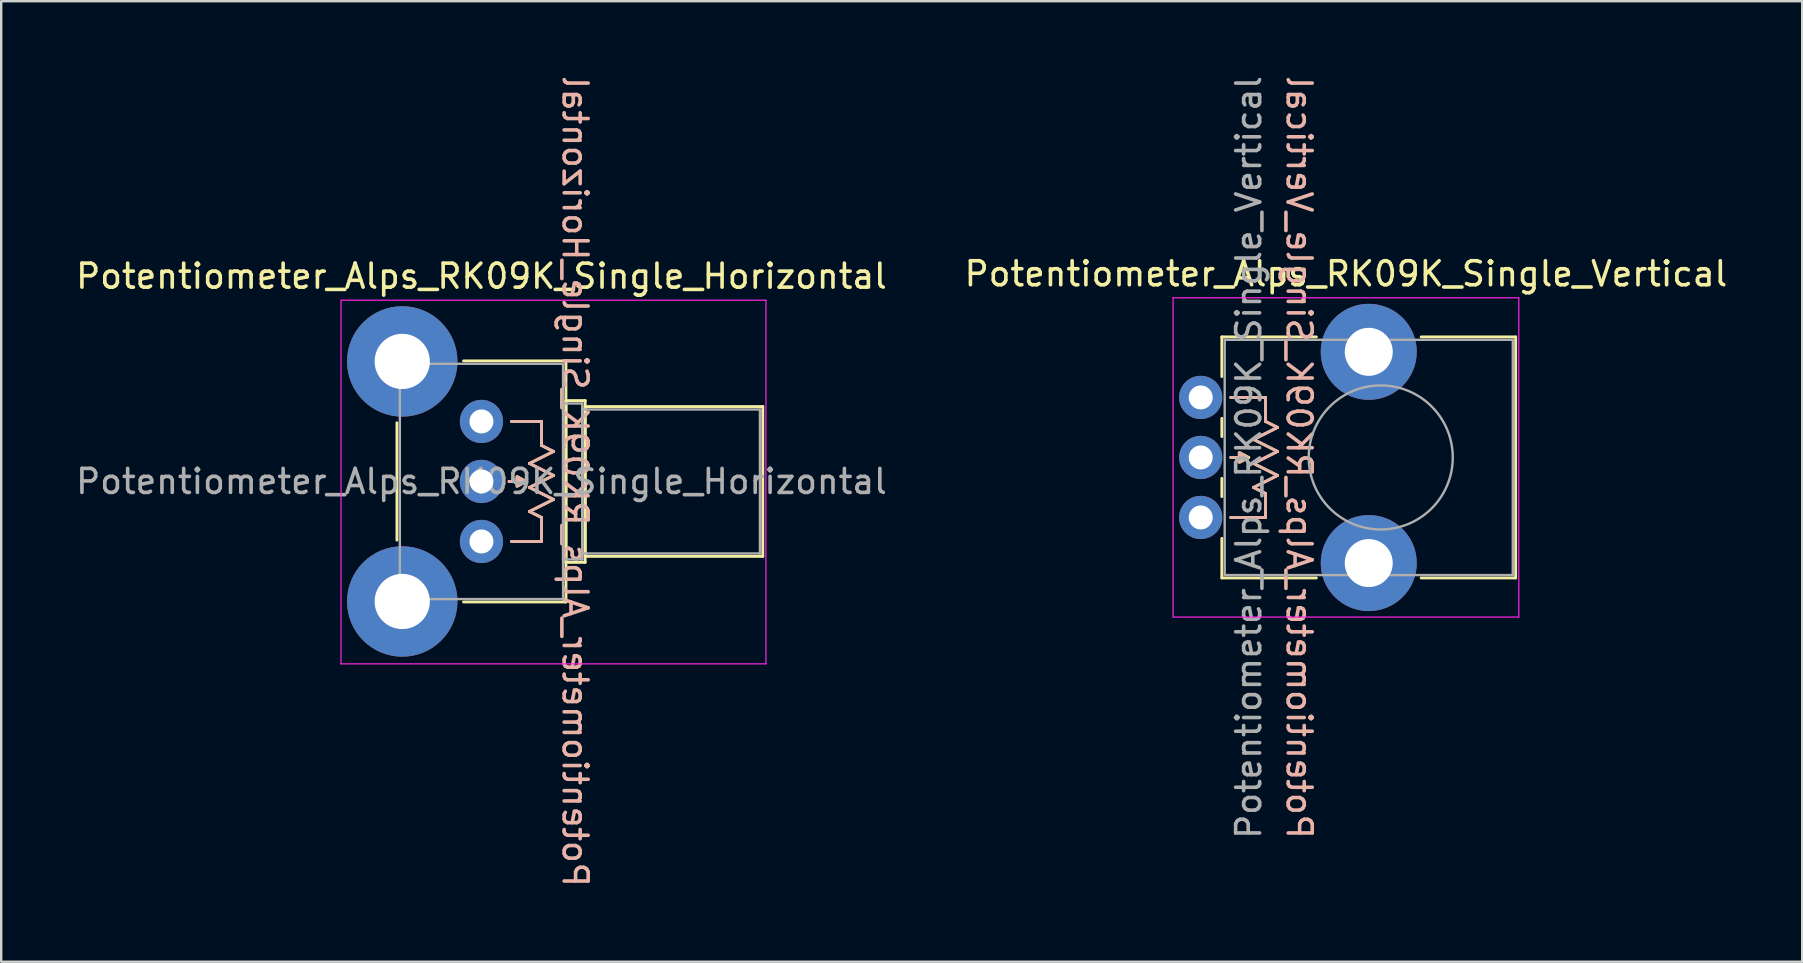
<source format=kicad_pcb>
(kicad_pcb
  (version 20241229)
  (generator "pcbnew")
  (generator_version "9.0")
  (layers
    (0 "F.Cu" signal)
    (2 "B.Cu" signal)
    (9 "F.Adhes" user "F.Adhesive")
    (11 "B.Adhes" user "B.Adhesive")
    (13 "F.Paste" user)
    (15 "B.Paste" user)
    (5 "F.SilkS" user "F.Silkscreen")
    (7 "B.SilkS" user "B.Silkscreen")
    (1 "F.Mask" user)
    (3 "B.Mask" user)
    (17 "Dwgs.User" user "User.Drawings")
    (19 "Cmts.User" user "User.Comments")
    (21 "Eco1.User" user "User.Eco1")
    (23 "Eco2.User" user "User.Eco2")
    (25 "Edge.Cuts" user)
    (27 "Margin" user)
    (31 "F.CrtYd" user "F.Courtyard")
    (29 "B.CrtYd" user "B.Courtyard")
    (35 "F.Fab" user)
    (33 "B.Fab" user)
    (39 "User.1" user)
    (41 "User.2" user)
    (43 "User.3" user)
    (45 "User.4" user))
  (footprint "Potentiometer_Alps_RK09K_Single_Vertical"
    (layer "F.Cu")
    (at 46.968 18.506)
    (property "Reference" "Potentiometer_Alps_RK09K_Single_Vertical" (at 6.05 -10.15 0) (layer "F.SilkS") (effects (font (size 1 1) (thickness 0.15))))
    (attr through_hole)
    (fp_line (start 0.88 -7.521) (end 0.88 -5.871) (stroke (width 0.12) (type solid)) (layer "F.SilkS"))
    (fp_line (start 0.88 -7.521) (end 4.817 -7.521) (stroke (width 0.12) (type solid)) (layer "F.SilkS"))
    (fp_line (start 0.88 -4.129) (end 0.88 -3.37) (stroke (width 0.12) (type solid)) (layer "F.SilkS"))
    (fp_line (start 0.88 -1.629) (end 0.88 -0.87) (stroke (width 0.12) (type solid)) (layer "F.SilkS"))
    (fp_line (start 0.88 0.87) (end 0.88 2.52) (stroke (width 0.12) (type solid)) (layer "F.SilkS"))
    (fp_line (start 0.88 2.52) (end 4.817 2.52) (stroke (width 0.12) (type solid)) (layer "F.SilkS"))
    (fp_line (start 2 -2.5) (end 1.25 -2.5) (stroke (width 0.12) (type solid)) (layer "F.SilkS"))
    (fp_line (start 2.2 -3.25) (end 3.2 -3.75) (stroke (width 0.12) (type solid)) (layer "F.SilkS"))
    (fp_line (start 2.2 -2.25) (end 3.2 -2.75) (stroke (width 0.12) (type solid)) (layer "F.SilkS"))
    (fp_line (start 2.2 -1.25) (end 3.2 -1.75) (stroke (width 0.12) (type solid)) (layer "F.SilkS"))
    (fp_line (start 2.7 -5) (end 1.25 -5) (stroke (width 0.12) (type solid)) (layer "F.SilkS"))
    (fp_line (start 2.7 -4) (end 2.7 -5) (stroke (width 0.12) (type solid)) (layer "F.SilkS"))
    (fp_line (start 2.7 -1) (end 2.2 -1.25) (stroke (width 0.12) (type solid)) (layer "F.SilkS"))
    (fp_line (start 2.7 -1) (end 2.7 0) (stroke (width 0.12) (type solid)) (layer "F.SilkS"))
    (fp_line (start 2.7 0) (end 1.25 0) (stroke (width 0.12) (type solid)) (layer "F.SilkS"))
    (fp_line (start 3.2 -3.75) (end 2.7 -4) (stroke (width 0.12) (type solid)) (layer "F.SilkS"))
    (fp_line (start 3.2 -2.75) (end 2.2 -3.25) (stroke (width 0.12) (type solid)) (layer "F.SilkS"))
    (fp_line (start 3.2 -1.75) (end 2.2 -2.25) (stroke (width 0.12) (type solid)) (layer "F.SilkS"))
    (fp_line (start 9.184 -7.521) (end 13.12 -7.521) (stroke (width 0.12) (type solid)) (layer "F.SilkS"))
    (fp_line (start 9.184 2.52) (end 13.12 2.52) (stroke (width 0.12) (type solid)) (layer "F.SilkS"))
    (fp_line (start 13.12 -7.521) (end 13.12 2.52) (stroke (width 0.12) (type solid)) (layer "F.SilkS"))
    (fp_poly (pts (xy 2 -2.5) (xy 1.625 -2.3) (xy 1.625 -2.7)) (stroke (width 0.12) (type solid)) (fill yes) (layer "F.SilkS"))
    (fp_line (start 1.25 -5) (end 2.7 -5) (stroke (width 0.12) (type solid)) (layer "B.SilkS"))
    (fp_line (start 1.25 -2.5) (end 1.95 -2.5) (stroke (width 0.12) (type solid)) (layer "B.SilkS"))
    (fp_line (start 2.2 -3.25) (end 3.2 -2.75) (stroke (width 0.12) (type solid)) (layer "B.SilkS"))
    (fp_line (start 2.2 -2.25) (end 3.2 -1.75) (stroke (width 0.12) (type solid)) (layer "B.SilkS"))
    (fp_line (start 2.2 -1.25) (end 2.7 -1) (stroke (width 0.12) (type solid)) (layer "B.SilkS"))
    (fp_line (start 2.7 -5) (end 2.7 -4) (stroke (width 0.12) (type solid)) (layer "B.SilkS"))
    (fp_line (start 2.7 -4) (end 3.2 -3.75) (stroke (width 0.12) (type solid)) (layer "B.SilkS"))
    (fp_line (start 2.7 -1) (end 2.7 0) (stroke (width 0.12) (type solid)) (layer "B.SilkS"))
    (fp_line (start 2.7 0) (end 1.25 0) (stroke (width 0.12) (type solid)) (layer "B.SilkS"))
    (fp_line (start 3.2 -3.75) (end 2.2 -3.25) (stroke (width 0.12) (type solid)) (layer "B.SilkS"))
    (fp_line (start 3.2 -2.75) (end 2.2 -2.25) (stroke (width 0.12) (type solid)) (layer "B.SilkS"))
    (fp_line (start 3.2 -1.75) (end 2.2 -1.25) (stroke (width 0.12) (type solid)) (layer "B.SilkS"))
    (fp_poly (pts (xy 1.95 -2.5) (xy 1.6 -2.3) (xy 1.6 -2.7)) (stroke (width 0.12) (type solid)) (fill yes) (layer "B.SilkS"))
    (fp_line (start -1.15 -9.15) (end -1.15 4.15) (stroke (width 0.05) (type solid)) (layer "F.CrtYd"))
    (fp_line (start -1.15 4.15) (end 13.25 4.15) (stroke (width 0.05) (type solid)) (layer "F.CrtYd"))
    (fp_line (start 13.25 -9.15) (end -1.15 -9.15) (stroke (width 0.05) (type solid)) (layer "F.CrtYd"))
    (fp_line (start 13.25 4.15) (end 13.25 -9.15) (stroke (width 0.05) (type solid)) (layer "F.CrtYd"))
    (fp_line (start 1 -7.4) (end 1 2.4) (stroke (width 0.1) (type solid)) (layer "F.Fab"))
    (fp_line (start 1 2.4) (end 13 2.4) (stroke (width 0.1) (type solid)) (layer "F.Fab"))
    (fp_line (start 13 -7.4) (end 1 -7.4) (stroke (width 0.1) (type solid)) (layer "F.Fab"))
    (fp_line (start 13 2.4) (end 13 -7.4) (stroke (width 0.1) (type solid)) (layer "F.Fab"))
    (fp_circle (center 7.5 -2.5) (end 10.5 -2.5) (stroke (width 0.1) (type solid)) (fill no) (layer "F.Fab"))
    (fp_text user "${REFERENCE}" (at 4.1 -2.5 270) (unlocked yes) (layer "B.SilkS") (effects (font (size 1 1) (thickness 0.15)) (justify mirror)))
    (fp_text user "${REFERENCE}" (at 2 -2.5 90) (layer "F.Fab") (effects (font (size 1 1) (thickness 0.15))))
    (pad "" np_thru_hole circle (at 7 -6.9) (size 4 4) (drill 2) (layers "*.Cu" "*.Mask"))
    (pad "" np_thru_hole circle (at 7 1.9) (size 4 4) (drill 2) (layers "*.Cu" "*.Mask"))
    (pad "1" thru_hole circle (at 0 0) (size 1.8 1.8) (drill 1) (layers "*.Cu" "*.Mask"))
    (pad "2" thru_hole circle (at 0 -2.5) (size 1.8 1.8) (drill 1) (layers "*.Cu" "*.Mask"))
    (pad "3" thru_hole circle (at 0 -5) (size 1.8 1.8) (drill 1) (layers "*.Cu" "*.Mask")))
  (footprint "Potentiometer_Alps_RK09K_Single_Horizontal"
    (layer "F.Cu")
    (at 17.006 19.506)
    (property "Reference" "Potentiometer_Alps_RK09K_Single_Horizontal" (at 0 -11.05 0) (layer "F.SilkS") (effects (font (size 1 1) (thickness 0.15))))
    (attr through_hole)
    (fp_line (start -3.52 -4.944) (end -3.52 -0.055) (stroke (width 0.12) (type solid)) (layer "F.SilkS"))
    (fp_line (start -0.745 -7.521) (end 3.52 -7.521) (stroke (width 0.12) (type solid)) (layer "F.SilkS"))
    (fp_line (start -0.745 2.52) (end 3.52 2.52) (stroke (width 0.12) (type solid)) (layer "F.SilkS"))
    (fp_line (start 1.85 -2.5) (end 1.15 -2.5) (stroke (width 0.12) (type solid)) (layer "F.SilkS"))
    (fp_line (start 2 -3.25) (end 3 -3.75) (stroke (width 0.12) (type solid)) (layer "F.SilkS"))
    (fp_line (start 2 -2.25) (end 3 -2.75) (stroke (width 0.12) (type solid)) (layer "F.SilkS"))
    (fp_line (start 2 -1.25) (end 3 -1.75) (stroke (width 0.12) (type solid)) (layer "F.SilkS"))
    (fp_line (start 2.5 -5) (end 1.25 -5) (stroke (width 0.12) (type solid)) (layer "F.SilkS"))
    (fp_line (start 2.5 -4) (end 2.5 -5) (stroke (width 0.12) (type solid)) (layer "F.SilkS"))
    (fp_line (start 2.5 -1) (end 2 -1.25) (stroke (width 0.12) (type solid)) (layer "F.SilkS"))
    (fp_line (start 2.5 -1) (end 2.5 0) (stroke (width 0.12) (type solid)) (layer "F.SilkS"))
    (fp_line (start 2.5 0) (end 1.25 0) (stroke (width 0.12) (type solid)) (layer "F.SilkS"))
    (fp_line (start 3 -3.75) (end 2.5 -4) (stroke (width 0.12) (type solid)) (layer "F.SilkS"))
    (fp_line (start 3 -2.75) (end 2 -3.25) (stroke (width 0.12) (type solid)) (layer "F.SilkS"))
    (fp_line (start 3 -1.75) (end 2 -2.25) (stroke (width 0.12) (type solid)) (layer "F.SilkS"))
    (fp_line (start 3.52 -7.521) (end 3.52 2.52) (stroke (width 0.12) (type solid)) (layer "F.SilkS"))
    (fp_line (start 3.52 -5.87) (end 3.52 0.87) (stroke (width 0.12) (type solid)) (layer "F.SilkS"))
    (fp_line (start 3.52 -5.87) (end 4.32 -5.87) (stroke (width 0.12) (type solid)) (layer "F.SilkS"))
    (fp_line (start 3.52 0.87) (end 4.32 0.87) (stroke (width 0.12) (type solid)) (layer "F.SilkS"))
    (fp_line (start 4.32 -5.87) (end 4.32 0.87) (stroke (width 0.12) (type solid)) (layer "F.SilkS"))
    (fp_line (start 4.32 -5.62) (end 4.32 0.62) (stroke (width 0.12) (type solid)) (layer "F.SilkS"))
    (fp_line (start 4.32 -5.62) (end 11.72 -5.62) (stroke (width 0.12) (type solid)) (layer "F.SilkS"))
    (fp_line (start 4.32 0.62) (end 11.72 0.62) (stroke (width 0.12) (type solid)) (layer "F.SilkS"))
    (fp_line (start 11.72 -5.62) (end 11.72 0.62) (stroke (width 0.12) (type solid)) (layer "F.SilkS"))
    (fp_poly (pts (xy 1.85 -2.5) (xy 1.475 -2.3) (xy 1.475 -2.7)) (stroke (width 0.12) (type solid)) (fill yes) (layer "F.SilkS"))
    (fp_line (start 1.15 -2.5) (end 1.85 -2.5) (stroke (width 0.12) (type solid)) (layer "B.SilkS"))
    (fp_line (start 1.25 -5) (end 2.5 -5) (stroke (width 0.12) (type solid)) (layer "B.SilkS"))
    (fp_line (start 2 -3.25) (end 3 -2.75) (stroke (width 0.12) (type solid)) (layer "B.SilkS"))
    (fp_line (start 2 -2.25) (end 3 -1.75) (stroke (width 0.12) (type solid)) (layer "B.SilkS"))
    (fp_line (start 2 -1.25) (end 2.5 -1) (stroke (width 0.12) (type solid)) (layer "B.SilkS"))
    (fp_line (start 2.5 -5) (end 2.5 -4) (stroke (width 0.12) (type solid)) (layer "B.SilkS"))
    (fp_line (start 2.5 -4) (end 3 -3.75) (stroke (width 0.12) (type solid)) (layer "B.SilkS"))
    (fp_line (start 2.5 -1) (end 2.5 0) (stroke (width 0.12) (type solid)) (layer "B.SilkS"))
    (fp_line (start 2.5 0) (end 1.25 0) (stroke (width 0.12) (type solid)) (layer "B.SilkS"))
    (fp_line (start 3 -3.75) (end 2 -3.25) (stroke (width 0.12) (type solid)) (layer "B.SilkS"))
    (fp_line (start 3 -2.75) (end 2 -2.25) (stroke (width 0.12) (type solid)) (layer "B.SilkS"))
    (fp_line (start 3 -1.75) (end 2 -1.25) (stroke (width 0.12) (type solid)) (layer "B.SilkS"))
    (fp_poly (pts (xy 1.85 -2.5) (xy 1.5 -2.3) (xy 1.5 -2.7)) (stroke (width 0.12) (type solid)) (fill yes) (layer "B.SilkS"))
    (fp_line (start -5.85 -10.05) (end -5.85 5.1) (stroke (width 0.05) (type solid)) (layer "F.CrtYd"))
    (fp_line (start -5.85 5.1) (end 11.85 5.1) (stroke (width 0.05) (type solid)) (layer "F.CrtYd"))
    (fp_line (start 11.85 -10.05) (end -5.85 -10.05) (stroke (width 0.05) (type solid)) (layer "F.CrtYd"))
    (fp_line (start 11.85 5.1) (end 11.85 -10.05) (stroke (width 0.05) (type solid)) (layer "F.CrtYd"))
    (fp_line (start -3.4 -7.4) (end -3.4 2.4) (stroke (width 0.1) (type solid)) (layer "F.Fab"))
    (fp_line (start -3.4 2.4) (end 3.4 2.4) (stroke (width 0.1) (type solid)) (layer "F.Fab"))
    (fp_line (start 3.4 -7.4) (end -3.4 -7.4) (stroke (width 0.1) (type solid)) (layer "F.Fab"))
    (fp_line (start 3.4 -5.75) (end 3.4 0.75) (stroke (width 0.1) (type solid)) (layer "F.Fab"))
    (fp_line (start 3.4 0.75) (end 4.2 0.75) (stroke (width 0.1) (type solid)) (layer "F.Fab"))
    (fp_line (start 3.4 2.4) (end 3.4 -7.4) (stroke (width 0.1) (type solid)) (layer "F.Fab"))
    (fp_line (start 4.2 -5.75) (end 3.4 -5.75) (stroke (width 0.1) (type solid)) (layer "F.Fab"))
    (fp_line (start 4.2 -5.5) (end 4.2 0.5) (stroke (width 0.1) (type solid)) (layer "F.Fab"))
    (fp_line (start 4.2 0.5) (end 11.6 0.5) (stroke (width 0.1) (type solid)) (layer "F.Fab"))
    (fp_line (start 4.2 0.75) (end 4.2 -5.75) (stroke (width 0.1) (type solid)) (layer "F.Fab"))
    (fp_line (start 11.6 -5.5) (end 4.2 -5.5) (stroke (width 0.1) (type solid)) (layer "F.Fab"))
    (fp_line (start 11.6 0.5) (end 11.6 -5.5) (stroke (width 0.1) (type solid)) (layer "F.Fab"))
    (fp_text user "${REFERENCE}" (at 3.9 -2.5 270) (unlocked yes) (layer "B.SilkS") (effects (font (size 1 1) (thickness 0.15)) (justify mirror)))
    (fp_text user "${REFERENCE}" (at 0 -2.5 0) (layer "F.Fab") (effects (font (size 1 1) (thickness 0.15))))
    (pad "" thru_hole circle (at -3.3 -7.5) (size 4.6 4.6) (drill 2.3) (layers "*.Cu" "*.Mask"))
    (pad "" thru_hole circle (at -3.3 2.5) (size 4.6 4.6) (drill 2.3) (layers "*.Cu" "*.Mask"))
    (pad "1" thru_hole circle (at 0 0) (size 1.8 1.8) (drill 1) (layers "*.Cu" "*.Mask"))
    (pad "2" thru_hole circle (at 0 -2.5) (size 1.8 1.8) (drill 1) (layers "*.Cu" "*.Mask"))
    (pad "3" thru_hole circle (at 0 -5) (size 1.8 1.8) (drill 1) (layers "*.Cu" "*.Mask")))
  (gr_rect
    (start -3 -3)
    (end 72.024 37.012)
    (stroke (width 0.1) (type default))
    (fill no)
    (layer "Edge.Cuts")))
</source>
